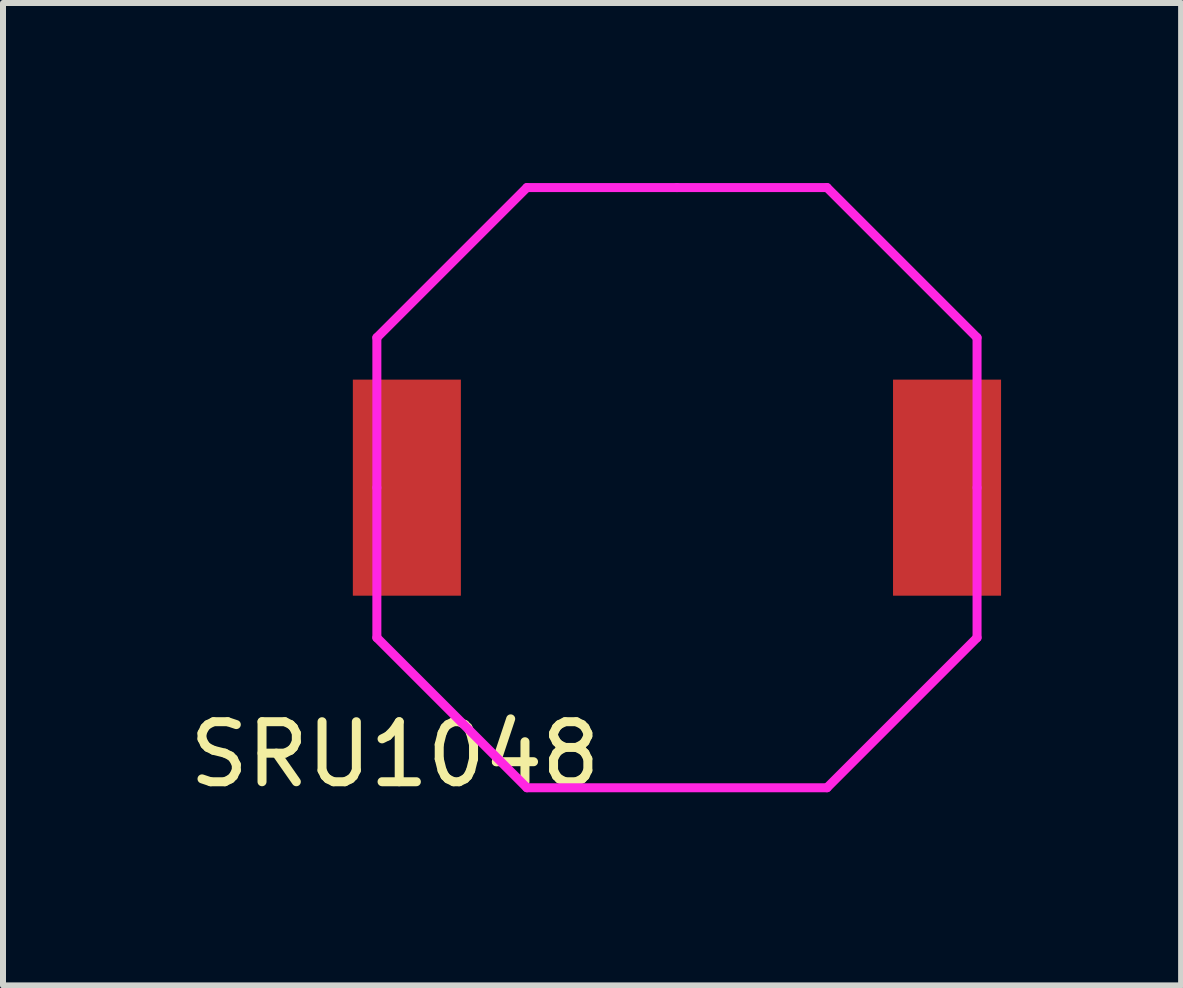
<source format=kicad_pcb>
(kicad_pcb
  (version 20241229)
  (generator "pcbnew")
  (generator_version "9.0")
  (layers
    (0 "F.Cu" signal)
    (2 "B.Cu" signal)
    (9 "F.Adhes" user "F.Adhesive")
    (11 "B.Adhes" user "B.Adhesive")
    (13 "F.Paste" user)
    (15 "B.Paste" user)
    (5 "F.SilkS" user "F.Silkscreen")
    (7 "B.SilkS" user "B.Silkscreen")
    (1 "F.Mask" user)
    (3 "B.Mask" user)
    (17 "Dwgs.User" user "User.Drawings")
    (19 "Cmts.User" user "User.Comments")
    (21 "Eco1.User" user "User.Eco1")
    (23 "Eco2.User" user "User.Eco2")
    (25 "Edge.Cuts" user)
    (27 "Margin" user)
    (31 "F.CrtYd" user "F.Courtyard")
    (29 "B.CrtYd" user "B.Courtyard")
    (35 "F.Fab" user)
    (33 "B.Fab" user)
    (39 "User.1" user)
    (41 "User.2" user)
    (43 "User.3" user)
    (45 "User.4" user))
  (footprint "SRU1048"
    (layer "F.Cu")
    (at 8.229 5.075)
    (property "Reference" "SRU1048" (at -4.699 4.445 0) (layer "F.SilkS") (effects (font (size 1 1) (thickness 0.15))))
    (attr smd)
    (fp_line (start -5 -2.5) (end -2.5 -5) (stroke (width 0.15) (type solid)) (layer "F.CrtYd"))
    (fp_line (start -5 0) (end -5 -2.5) (stroke (width 0.15) (type solid)) (layer "F.CrtYd"))
    (fp_line (start -5 0) (end -5 2.5) (stroke (width 0.15) (type solid)) (layer "F.CrtYd"))
    (fp_line (start -5 2.5) (end -2.5 5) (stroke (width 0.15) (type solid)) (layer "F.CrtYd"))
    (fp_line (start -2.5 5) (end 2.5 5) (stroke (width 0.15) (type solid)) (layer "F.CrtYd"))
    (fp_line (start 0 -5) (end -2.5 -5) (stroke (width 0.15) (type solid)) (layer "F.CrtYd"))
    (fp_line (start 0 -5) (end 2.5 -5) (stroke (width 0.15) (type solid)) (layer "F.CrtYd"))
    (fp_line (start 2.5 5) (end 5 2.5) (stroke (width 0.15) (type solid)) (layer "F.CrtYd"))
    (fp_line (start 5 -2.5) (end 2.5 -5) (stroke (width 0.15) (type solid)) (layer "F.CrtYd"))
    (fp_line (start 5 0) (end 5 -2.5) (stroke (width 0.15) (type solid)) (layer "F.CrtYd"))
    (fp_line (start 5 2.5) (end 5 0) (stroke (width 0.15) (type solid)) (layer "F.CrtYd"))
    (pad "1" smd rect (at -4.5 0) (size 1.8 3.6) (layers "F.Cu" "F.Mask" "F.Paste"))
    (pad "2" smd rect (at 4.5 0) (size 1.8 3.6) (layers "F.Cu" "F.Mask" "F.Paste")))
  (gr_rect
    (start -3 -3)
    (end 16.629 13.368)
    (stroke (width 0.1) (type default))
    (fill no)
    (layer "Edge.Cuts")))
</source>
